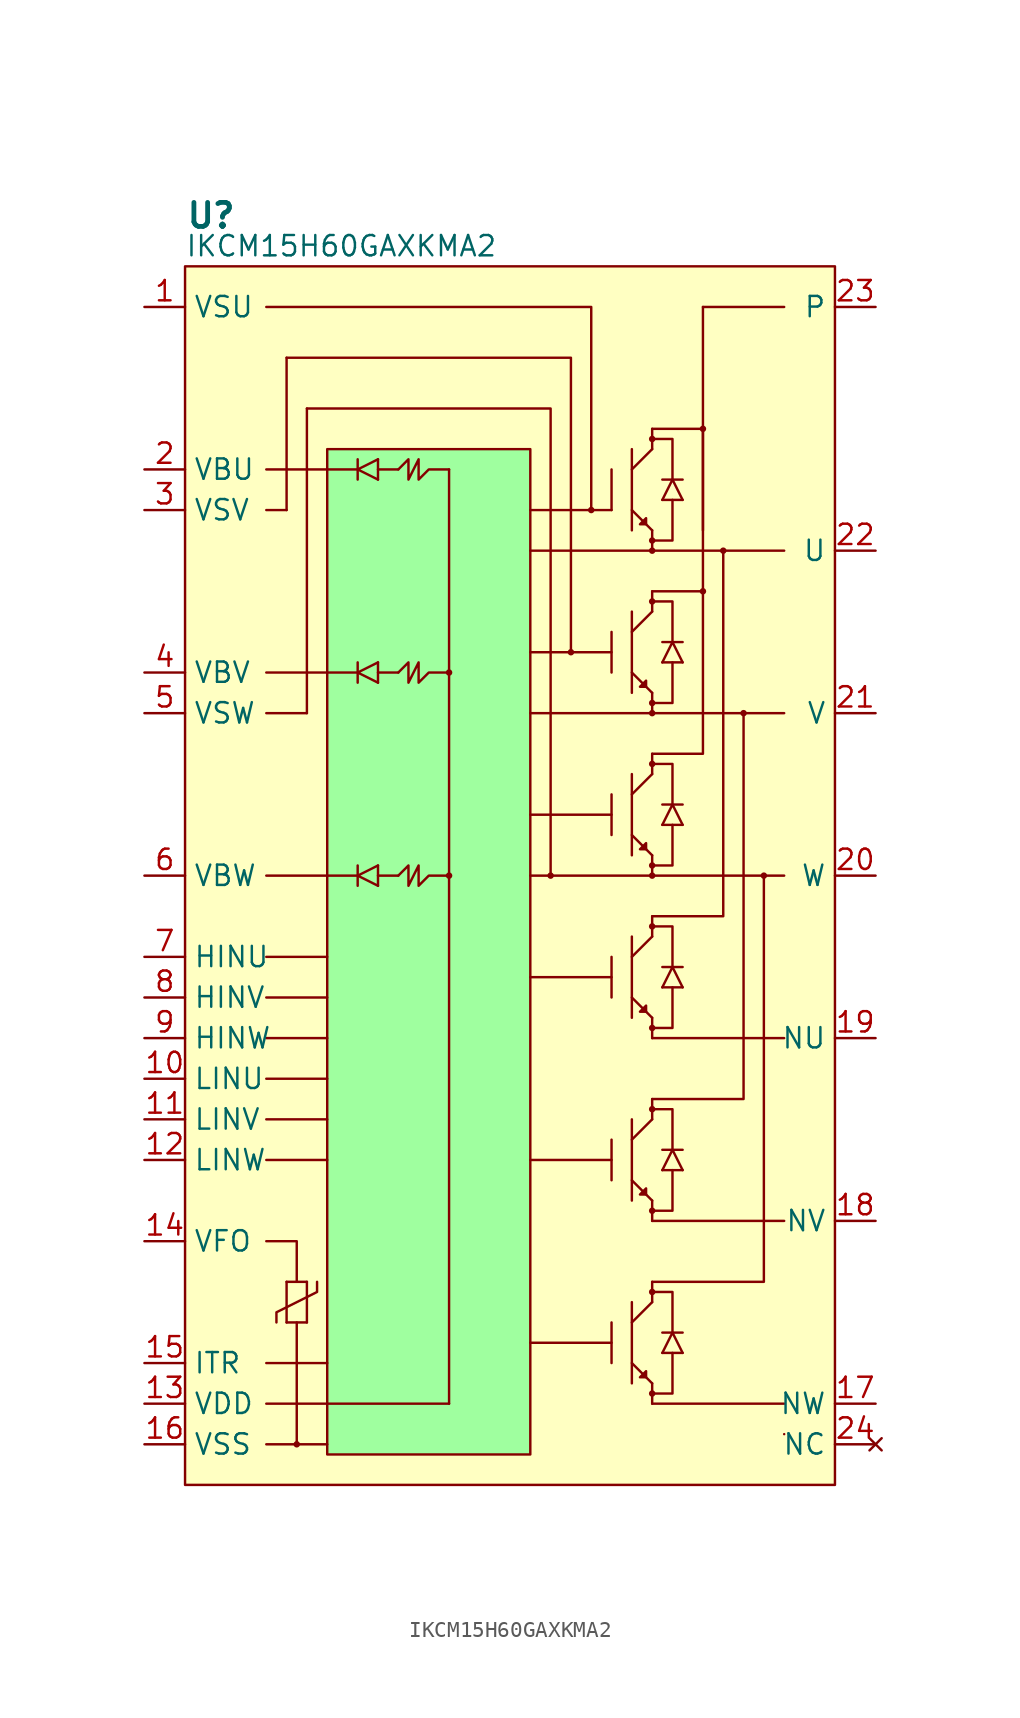
<source format=kicad_sym>
(kicad_symbol_lib
  (version 20231120)
  (generator "kicad_symbol_editor")
  (generator_version "8.0")
  (symbol "IKCM15H60GAXKMA2"
    (property "Reference" "U"
      (at 2.54 -1.905 0)
      (effects (font (size 1.5 1.5) (bold yes)) (justify left)))
    (property "Value" "IKCM15H60GAXKMA2"
      (at 2.54 -3.81 0)
      (effects (font (size 1.27 1.27)) (justify left)))
    (symbol "IKCM15H60GAXKMA2_0_1"
      (polyline (pts (xy 13.335 -43.815) (xy 13.335 -42.545)) (stroke (width 0) (type default)) (fill (type none)))
      (polyline (pts (xy 13.335 -31.115) (xy 13.335 -29.845)) (stroke (width 0) (type default)) (fill (type none)))
      (polyline (pts (xy 13.335 -18.415) (xy 13.335 -17.145)) (stroke (width 0) (type default)) (fill (type none)))
      (polyline (pts (xy 14.605 -43.815) (xy 14.605 -42.545)) (stroke (width 0) (type default)) (fill (type none)))
      (polyline (pts (xy 14.605 -31.115) (xy 14.605 -29.845)) (stroke (width 0) (type default)) (fill (type none)))
      (polyline (pts (xy 14.605 -18.415) (xy 14.605 -17.145)) (stroke (width 0) (type default)) (fill (type none)))
      (polyline (pts (xy 29.21 -71.12) (xy 29.21 -73.66)) (stroke (width 0) (type default)) (fill (type none)))
      (polyline (pts (xy 29.21 -59.69) (xy 29.21 -62.23)) (stroke (width 0) (type default)) (fill (type none)))
      (polyline (pts (xy 29.21 -48.26) (xy 29.21 -50.8)) (stroke (width 0) (type default)) (fill (type none)))
      (polyline (pts (xy 29.21 -38.1) (xy 29.21 -40.64)) (stroke (width 0) (type default)) (fill (type none)))
      (polyline (pts (xy 29.21 -27.94) (xy 29.21 -30.48)) (stroke (width 0) (type default)) (fill (type none)))
      (polyline (pts (xy 29.21 -17.78) (xy 29.21 -20.32)) (stroke (width 0) (type default)) (fill (type none)))
      (polyline (pts (xy 30.48 -73.66) (xy 31.75 -74.93)) (stroke (width 0) (type default)) (fill (type none)))
      (polyline (pts (xy 30.48 -71.12) (xy 31.75 -69.85)) (stroke (width 0) (type default)) (fill (type none)))
      (polyline (pts (xy 30.48 -69.85) (xy 30.48 -74.93)) (stroke (width 0) (type default)) (fill (type none)))
      (polyline (pts (xy 30.48 -62.23) (xy 31.75 -63.5)) (stroke (width 0) (type default)) (fill (type none)))
      (polyline (pts (xy 30.48 -59.69) (xy 31.75 -58.42)) (stroke (width 0) (type default)) (fill (type none)))
      (polyline (pts (xy 30.48 -58.42) (xy 30.48 -63.5)) (stroke (width 0) (type default)) (fill (type none)))
      (polyline (pts (xy 30.48 -50.8) (xy 31.75 -52.07)) (stroke (width 0) (type default)) (fill (type none)))
      (polyline (pts (xy 30.48 -48.26) (xy 31.75 -46.99)) (stroke (width 0) (type default)) (fill (type none)))
      (polyline (pts (xy 30.48 -46.99) (xy 30.48 -52.07)) (stroke (width 0) (type default)) (fill (type none)))
      (polyline (pts (xy 30.48 -40.64) (xy 31.75 -41.91)) (stroke (width 0) (type default)) (fill (type none)))
      (polyline (pts (xy 30.48 -38.1) (xy 31.75 -36.83)) (stroke (width 0) (type default)) (fill (type none)))
      (polyline (pts (xy 30.48 -36.83) (xy 30.48 -41.91)) (stroke (width 0) (type default)) (fill (type none)))
      (polyline (pts (xy 30.48 -30.48) (xy 31.75 -31.75)) (stroke (width 0) (type default)) (fill (type none)))
      (polyline (pts (xy 30.48 -27.94) (xy 31.75 -26.67)) (stroke (width 0) (type default)) (fill (type none)))
      (polyline (pts (xy 30.48 -26.67) (xy 30.48 -31.75)) (stroke (width 0) (type default)) (fill (type none)))
      (polyline (pts (xy 30.48 -20.32) (xy 31.75 -21.59)) (stroke (width 0) (type default)) (fill (type none)))
      (polyline (pts (xy 30.48 -17.78) (xy 31.75 -16.51)) (stroke (width 0) (type default)) (fill (type none)))
      (polyline (pts (xy 30.48 -16.51) (xy 30.48 -21.59)) (stroke (width 0) (type default)) (fill (type none)))
      (polyline (pts (xy 31.75 -74.93) (xy 31.75 -76.2)) (stroke (width 0) (type default)) (fill (type none)))
      (polyline (pts (xy 31.75 -69.85) (xy 31.75 -68.58)) (stroke (width 0) (type default)) (fill (type none)))
      (polyline (pts (xy 31.75 -63.5) (xy 31.75 -64.77)) (stroke (width 0) (type default)) (fill (type none)))
      (polyline (pts (xy 31.75 -58.42) (xy 31.75 -57.15)) (stroke (width 0) (type default)) (fill (type none)))
      (polyline (pts (xy 31.75 -52.07) (xy 31.75 -53.34)) (stroke (width 0) (type default)) (fill (type none)))
      (polyline (pts (xy 31.75 -46.99) (xy 31.75 -45.72)) (stroke (width 0) (type default)) (fill (type none)))
      (polyline (pts (xy 31.75 -41.91) (xy 31.75 -43.18)) (stroke (width 0) (type default)) (fill (type none)))
      (polyline (pts (xy 31.75 -36.83) (xy 31.75 -35.56)) (stroke (width 0) (type default)) (fill (type none)))
      (polyline (pts (xy 31.75 -31.75) (xy 31.75 -33.02)) (stroke (width 0) (type default)) (fill (type none)))
      (polyline (pts (xy 31.75 -26.67) (xy 31.75 -25.4)) (stroke (width 0) (type default)) (fill (type none)))
      (polyline (pts (xy 31.75 -21.59) (xy 31.75 -22.86)) (stroke (width 0) (type default)) (fill (type none)))
      (polyline (pts (xy 31.75 -16.51) (xy 31.75 -15.24)) (stroke (width 0) (type default)) (fill (type none)))
      (polyline (pts (xy 32.385 -73.025) (xy 33.655 -73.025)) (stroke (width 0) (type default)) (fill (type none)))
      (polyline (pts (xy 32.385 -71.755) (xy 33.655 -71.755)) (stroke (width 0) (type default)) (fill (type none)))
      (polyline (pts (xy 32.385 -61.595) (xy 33.655 -61.595)) (stroke (width 0) (type default)) (fill (type none)))
      (polyline (pts (xy 32.385 -60.325) (xy 33.655 -60.325)) (stroke (width 0) (type default)) (fill (type none)))
      (polyline (pts (xy 32.385 -50.165) (xy 33.655 -50.165)) (stroke (width 0) (type default)) (fill (type none)))
      (polyline (pts (xy 32.385 -48.895) (xy 33.655 -48.895)) (stroke (width 0) (type default)) (fill (type none)))
      (polyline (pts (xy 32.385 -40.005) (xy 33.655 -40.005)) (stroke (width 0) (type default)) (fill (type none)))
      (polyline (pts (xy 32.385 -38.735) (xy 33.655 -38.735)) (stroke (width 0) (type default)) (fill (type none)))
      (polyline (pts (xy 32.385 -29.845) (xy 33.655 -29.845)) (stroke (width 0) (type default)) (fill (type none)))
      (polyline (pts (xy 32.385 -28.575) (xy 33.655 -28.575)) (stroke (width 0) (type default)) (fill (type none)))
      (polyline (pts (xy 32.385 -19.685) (xy 33.655 -19.685)) (stroke (width 0) (type default)) (fill (type none)))
      (polyline (pts (xy 32.385 -18.415) (xy 33.655 -18.415)) (stroke (width 0) (type default)) (fill (type none)))
      (polyline (pts (xy 7.62 -66.04) (xy 9.525 -66.04) (xy 9.525 -68.58)) (stroke (width 0) (type default)) (fill (type none)))
      (polyline (pts (xy 14.605 -43.815) (xy 13.335 -43.18) (xy 14.605 -42.545)) (stroke (width 0) (type default)) (fill (type none)))
      (polyline (pts (xy 14.605 -31.115) (xy 13.335 -30.48) (xy 14.605 -29.845)) (stroke (width 0) (type default)) (fill (type none)))
      (polyline (pts (xy 14.605 -18.415) (xy 13.335 -17.78) (xy 14.605 -17.145)) (stroke (width 0) (type default)) (fill (type none)))
      (polyline (pts (xy 31.75 -69.215) (xy 33.02 -69.215) (xy 33.02 -71.755)) (stroke (width 0) (type default)) (fill (type none)))
      (polyline (pts (xy 31.75 -57.785) (xy 33.02 -57.785) (xy 33.02 -60.325)) (stroke (width 0) (type default)) (fill (type none)))
      (polyline (pts (xy 31.75 -46.355) (xy 33.02 -46.355) (xy 33.02 -48.895)) (stroke (width 0) (type default)) (fill (type none)))
      (polyline (pts (xy 31.75 -36.195) (xy 33.02 -36.195) (xy 33.02 -38.735)) (stroke (width 0) (type default)) (fill (type none)))
      (polyline (pts (xy 31.75 -26.035) (xy 33.02 -26.035) (xy 33.02 -28.575)) (stroke (width 0) (type default)) (fill (type none)))
      (polyline (pts (xy 31.75 -15.875) (xy 33.02 -15.875) (xy 33.02 -18.415)) (stroke (width 0) (type default)) (fill (type none)))
      (polyline (pts (xy 32.385 -73.025) (xy 33.02 -71.755) (xy 33.655 -73.025)) (stroke (width 0) (type default)) (fill (type none)))
      (polyline (pts (xy 32.385 -61.595) (xy 33.02 -60.325) (xy 33.655 -61.595)) (stroke (width 0) (type default)) (fill (type none)))
      (polyline (pts (xy 32.385 -50.165) (xy 33.02 -48.895) (xy 33.655 -50.165)) (stroke (width 0) (type default)) (fill (type none)))
      (polyline (pts (xy 32.385 -40.005) (xy 33.02 -38.735) (xy 33.655 -40.005)) (stroke (width 0) (type default)) (fill (type none)))
      (polyline (pts (xy 32.385 -29.845) (xy 33.02 -28.575) (xy 33.655 -29.845)) (stroke (width 0) (type default)) (fill (type none)))
      (polyline (pts (xy 32.385 -19.685) (xy 33.02 -18.415) (xy 33.655 -19.685)) (stroke (width 0) (type default)) (fill (type none)))
      (polyline (pts (xy 33.02 -73.025) (xy 33.02 -75.565) (xy 31.75 -75.565)) (stroke (width 0) (type default)) (fill (type none)))
      (polyline (pts (xy 33.02 -61.595) (xy 33.02 -64.135) (xy 31.75 -64.135)) (stroke (width 0) (type default)) (fill (type none)))
      (polyline (pts (xy 33.02 -50.165) (xy 33.02 -52.705) (xy 31.75 -52.705)) (stroke (width 0) (type default)) (fill (type none)))
      (polyline (pts (xy 33.02 -40.005) (xy 33.02 -42.545) (xy 31.75 -42.545)) (stroke (width 0) (type default)) (fill (type none)))
      (polyline (pts (xy 33.02 -29.845) (xy 33.02 -32.385) (xy 31.75 -32.385)) (stroke (width 0) (type default)) (fill (type none)))
      (polyline (pts (xy 33.02 -19.685) (xy 33.02 -22.225) (xy 31.75 -22.225)) (stroke (width 0) (type default)) (fill (type none))))
    (symbol "IKCM15H60GAXKMA2_1_1"
      (polyline (pts (xy 7.62 -78.74) (xy 11.43 -78.74)) (stroke (width 0) (type default)) (fill (type none)))
      (polyline (pts (xy 7.62 -76.2) (xy 19.05 -76.2)) (stroke (width 0) (type default)) (fill (type none)))
      (polyline (pts (xy 7.62 -73.66) (xy 11.43 -73.66)) (stroke (width 0) (type default)) (fill (type none)))
      (polyline (pts (xy 7.62 -60.96) (xy 11.43 -60.96)) (stroke (width 0) (type default)) (fill (type none)))
      (polyline (pts (xy 7.62 -58.42) (xy 11.43 -58.42)) (stroke (width 0) (type default)) (fill (type none)))
      (polyline (pts (xy 7.62 -55.88) (xy 11.43 -55.88)) (stroke (width 0) (type default)) (fill (type none)))
      (polyline (pts (xy 7.62 -53.34) (xy 11.43 -53.34)) (stroke (width 0) (type default)) (fill (type none)))
      (polyline (pts (xy 7.62 -50.8) (xy 11.43 -50.8)) (stroke (width 0) (type default)) (fill (type none)))
      (polyline (pts (xy 7.62 -48.26) (xy 11.43 -48.26)) (stroke (width 0) (type default)) (fill (type none)))
      (polyline (pts (xy 7.62 -43.18) (xy 13.335 -43.18)) (stroke (width 0) (type default)) (fill (type none)))
      (polyline (pts (xy 7.62 -30.48) (xy 13.335 -30.48)) (stroke (width 0) (type default)) (fill (type none)))
      (polyline (pts (xy 7.62 -17.78) (xy 13.335 -17.78)) (stroke (width 0) (type default)) (fill (type none)))
      (polyline (pts (xy 8.89 -71.12) (xy 10.16 -71.12)) (stroke (width 0) (type default)) (fill (type none)))
      (polyline (pts (xy 8.89 -68.58) (xy 8.89 -71.12)) (stroke (width 0) (type default)) (fill (type none)))
      (polyline (pts (xy 8.89 -68.58) (xy 10.16 -68.58)) (stroke (width 0) (type default)) (fill (type none)))
      (polyline (pts (xy 8.89 -20.32) (xy 7.62 -20.32)) (stroke (width 0) (type default)) (fill (type none)))
      (polyline (pts (xy 8.89 -20.32) (xy 8.89 -10.795)) (stroke (width 0) (type default)) (fill (type none)))
      (polyline (pts (xy 9.525 -78.74) (xy 9.525 -71.12)) (stroke (width 0) (type default)) (fill (type none)))
      (polyline (pts (xy 10.16 -71.12) (xy 10.16 -68.58)) (stroke (width 0) (type default)) (fill (type none)))
      (polyline (pts (xy 10.16 -33.02) (xy 7.62 -33.02)) (stroke (width 0) (type default)) (fill (type none)))
      (polyline (pts (xy 10.16 -13.97) (xy 10.16 -33.02)) (stroke (width 0) (type default)) (fill (type none)))
      (polyline (pts (xy 14.605 -43.18) (xy 15.875 -43.18)) (stroke (width 0) (type default)) (fill (type none)))
      (polyline (pts (xy 14.605 -30.48) (xy 15.875 -30.48)) (stroke (width 0) (type default)) (fill (type none)))
      (polyline (pts (xy 14.605 -17.78) (xy 15.875 -17.78)) (stroke (width 0) (type default)) (fill (type none)))
      (polyline (pts (xy 29.21 -72.39) (xy 24.13 -72.39)) (stroke (width 0) (type default)) (fill (type none)))
      (polyline (pts (xy 29.21 -60.96) (xy 24.13 -60.96)) (stroke (width 0) (type default)) (fill (type none)))
      (polyline (pts (xy 29.21 -49.53) (xy 24.13 -49.53)) (stroke (width 0) (type default)) (fill (type none)))
      (polyline (pts (xy 29.21 -39.37) (xy 24.13 -39.37)) (stroke (width 0) (type default)) (fill (type none)))
      (polyline (pts (xy 29.21 -29.21) (xy 24.13 -29.21)) (stroke (width 0) (type default)) (fill (type none)))
      (polyline (pts (xy 29.21 -20.32) (xy 24.13 -20.32)) (stroke (width 0) (type default)) (fill (type none)))
      (polyline (pts (xy 31.75 -76.2) (xy 40.005 -76.2)) (stroke (width 0) (type default)) (fill (type none)))
      (polyline (pts (xy 31.75 -64.77) (xy 40.005 -64.77)) (stroke (width 0) (type default)) (fill (type none)))
      (polyline (pts (xy 31.75 -53.34) (xy 40.005 -53.34)) (stroke (width 0) (type default)) (fill (type none)))
      (polyline (pts (xy 34.925 -7.62) (xy 34.925 -21.59)) (stroke (width 0) (type default)) (fill (type none)))
      (polyline (pts (xy 40.005 -43.18) (xy 24.13 -43.18)) (stroke (width 0) (type default)) (fill (type none)))
      (polyline (pts (xy 40.005 -33.02) (xy 24.13 -33.02)) (stroke (width 0) (type default)) (fill (type none)))
      (polyline (pts (xy 40.005 -22.86) (xy 24.13 -22.86)) (stroke (width 0) (type default)) (fill (type none)))
      (polyline (pts (xy 40.005 -7.62) (xy 34.925 -7.62)) (stroke (width 0) (type default)) (fill (type none)))
      (polyline (pts (xy 19.05 -17.78) (xy 19.05 -48.26) (xy 19.05 -76.2)) (stroke (width 0) (type default)) (fill (type none)))
      (polyline (pts (xy 25.4 -43.18) (xy 25.4 -13.97) (xy 10.16 -13.97)) (stroke (width 0) (type default)) (fill (type none)))
      (polyline (pts (xy 26.67 -29.21) (xy 26.67 -10.795) (xy 8.89 -10.795)) (stroke (width 0) (type default)) (fill (type none)))
      (polyline (pts (xy 27.94 -20.32) (xy 27.94 -7.62) (xy 7.62 -7.62)) (stroke (width 0) (type default)) (fill (type none)))
      (polyline (pts (xy 31.75 -68.58) (xy 38.735 -68.58) (xy 38.735 -43.18)) (stroke (width 0) (type default)) (fill (type none)))
      (polyline (pts (xy 31.75 -57.15) (xy 37.465 -57.15) (xy 37.465 -33.02)) (stroke (width 0) (type default)) (fill (type none)))
      (polyline (pts (xy 31.75 -45.72) (xy 36.195 -45.72) (xy 36.195 -22.86)) (stroke (width 0) (type default)) (fill (type none)))
      (polyline (pts (xy 31.75 -35.56) (xy 34.925 -35.56) (xy 34.925 -25.4)) (stroke (width 0) (type default)) (fill (type none)))
      (polyline (pts (xy 8.255 -71.12) (xy 8.255 -70.485) (xy 10.795 -69.215) (xy 10.795 -68.58)) (stroke (width 0) (type default)) (fill (type none)))
      (polyline (pts (xy 30.988 -74.549) (xy 31.369 -74.549) (xy 31.369 -74.168) (xy 30.988 -74.549)) (stroke (width 0) (type default)) (fill (type outline)))
      (polyline (pts (xy 30.988 -63.119) (xy 31.369 -63.119) (xy 31.369 -62.738) (xy 30.988 -63.119)) (stroke (width 0) (type default)) (fill (type outline)))
      (polyline (pts (xy 30.988 -51.689) (xy 31.369 -51.689) (xy 31.369 -51.308) (xy 30.988 -51.689)) (stroke (width 0) (type default)) (fill (type outline)))
      (polyline (pts (xy 30.988 -41.529) (xy 31.369 -41.529) (xy 31.369 -41.148) (xy 30.988 -41.529)) (stroke (width 0) (type default)) (fill (type outline)))
      (polyline (pts (xy 30.988 -31.369) (xy 31.369 -31.369) (xy 31.369 -30.988) (xy 30.988 -31.369)) (stroke (width 0) (type default)) (fill (type outline)))
      (polyline (pts (xy 30.988 -21.209) (xy 31.369 -21.209) (xy 31.369 -20.828) (xy 30.988 -21.209)) (stroke (width 0) (type default)) (fill (type outline)))
      (polyline (pts (xy 31.75 -25.4) (xy 34.925 -25.4) (xy 34.925 -15.24) (xy 31.75 -15.24)) (stroke (width 0) (type default)) (fill (type none)))
      (polyline (pts (xy 15.875 -43.18) (xy 16.51 -42.545) (xy 16.51 -43.815) (xy 17.145 -42.545) (xy 17.145 -43.815) (xy 17.78 -43.18) (xy 19.05 -43.18)) (stroke (width 0) (type default)) (fill (type none)))
      (polyline (pts (xy 15.875 -30.48) (xy 16.51 -29.845) (xy 16.51 -31.115) (xy 17.145 -29.845) (xy 17.145 -31.115) (xy 17.78 -30.48) (xy 19.05 -30.48)) (stroke (width 0) (type default)) (fill (type none)))
      (polyline (pts (xy 15.875 -17.78) (xy 16.51 -17.145) (xy 16.51 -18.415) (xy 17.145 -17.145) (xy 17.145 -18.415) (xy 17.78 -17.78) (xy 19.05 -17.78)) (stroke (width 0) (type default)) (fill (type none)))
      (rectangle (start 2.54 -5.08) (end 43.18 -81.28) (stroke (width 0) (type default)) (fill (type background)))
      (circle (center 9.525 -78.74) (radius 0.127) (stroke (width 0) (type default)) (fill (type outline)))
      (rectangle (start 11.43 -16.51) (end 24.13 -79.375) (stroke (width 0) (type solid)) (fill (type color) (color 159 255 159 1)))
      (circle (center 19.05 -43.18) (radius 0.127) (stroke (width 0) (type default)) (fill (type outline)))
      (circle (center 19.05 -30.48) (radius 0.127) (stroke (width 0) (type default)) (fill (type outline)))
      (circle (center 25.4 -43.18) (radius 0.127) (stroke (width 0) (type default)) (fill (type outline)))
      (circle (center 26.67 -29.21) (radius 0.127) (stroke (width 0) (type default)) (fill (type outline)))
      (circle (center 27.94 -20.32) (radius 0.127) (stroke (width 0) (type default)) (fill (type outline)))
      (circle (center 31.75 -75.565) (radius 0.127) (stroke (width 0) (type default)) (fill (type outline)))
      (circle (center 31.75 -69.215) (radius 0.127) (stroke (width 0) (type default)) (fill (type outline)))
      (circle (center 31.75 -64.135) (radius 0.127) (stroke (width 0) (type default)) (fill (type outline)))
      (circle (center 31.75 -57.785) (radius 0.127) (stroke (width 0) (type default)) (fill (type outline)))
      (circle (center 31.75 -52.705) (radius 0.127) (stroke (width 0) (type default)) (fill (type outline)))
      (circle (center 31.75 -46.355) (radius 0.127) (stroke (width 0) (type default)) (fill (type outline)))
      (circle (center 31.75 -43.18) (radius 0.127) (stroke (width 0) (type default)) (fill (type outline)))
      (circle (center 31.75 -42.545) (radius 0.127) (stroke (width 0) (type default)) (fill (type outline)))
      (circle (center 31.75 -36.195) (radius 0.127) (stroke (width 0) (type default)) (fill (type outline)))
      (circle (center 31.75 -33.02) (radius 0.127) (stroke (width 0) (type default)) (fill (type outline)))
      (circle (center 31.75 -32.385) (radius 0.127) (stroke (width 0) (type default)) (fill (type outline)))
      (circle (center 31.75 -26.035) (radius 0.127) (stroke (width 0) (type default)) (fill (type outline)))
      (circle (center 31.75 -22.86) (radius 0.127) (stroke (width 0) (type default)) (fill (type outline)))
      (circle (center 31.75 -22.225) (radius 0.127) (stroke (width 0) (type default)) (fill (type outline)))
      (circle (center 31.75 -15.875) (radius 0.127) (stroke (width 0) (type default)) (fill (type outline)))
      (circle (center 34.925 -25.4) (radius 0.127) (stroke (width 0) (type default)) (fill (type outline)))
      (circle (center 34.925 -15.24) (radius 0.127) (stroke (width 0) (type default)) (fill (type outline)))
      (circle (center 36.195 -22.86) (radius 0.127) (stroke (width 0) (type default)) (fill (type outline)))
      (circle (center 37.465 -33.02) (radius 0.127) (stroke (width 0) (type default)) (fill (type outline)))
      (circle (center 38.735 -43.18) (radius 0.127) (stroke (width 0) (type default)) (fill (type outline)))
      (rectangle (start 40.005 -78.105) (end 40.005 -78.105) (stroke (width 0) (type default)) (fill (type none)))
      (pin input line (at 0 -7.62 0) (length 2.54) (name "VSU" (effects (font (size 1.27 1.27)))) (number "1" (effects (font (size 1.27 1.27)))))
      (pin input line (at 0 -55.88 0) (length 2.54) (name "LINU" (effects (font (size 1.27 1.27)))) (number "10" (effects (font (size 1.27 1.27)))))
      (pin input line (at 0 -58.42 0) (length 2.54) (name "LINV" (effects (font (size 1.27 1.27)))) (number "11" (effects (font (size 1.27 1.27)))))
      (pin input line (at 0 -60.96 0) (length 2.54) (name "LINW" (effects (font (size 1.27 1.27)))) (number "12" (effects (font (size 1.27 1.27)))))
      (pin power_in line (at 0 -76.2 0) (length 2.54) (name "VDD" (effects (font (size 1.27 1.27)))) (number "13" (effects (font (size 1.27 1.27)))))
      (pin output line (at 0 -66.04 0) (length 2.54) (name "VFO" (effects (font (size 1.27 1.27)))) (number "14" (effects (font (size 1.27 1.27)))))
      (pin output line (at 0 -73.66 0) (length 2.54) (name "ITR" (effects (font (size 1.27 1.27)))) (number "15" (effects (font (size 1.27 1.27)))))
      (pin power_in line (at 0 -78.74 0) (length 2.54) (name "VSS" (effects (font (size 1.27 1.27)))) (number "16" (effects (font (size 1.27 1.27)))))
      (pin power_in line (at 45.72 -76.2 180) (length 2.54) (name "NW" (effects (font (size 1.27 1.27)))) (number "17" (effects (font (size 1.27 1.27)))))
      (pin power_in line (at 45.72 -64.77 180) (length 2.54) (name "NV" (effects (font (size 1.27 1.27)))) (number "18" (effects (font (size 1.27 1.27)))))
      (pin power_in line (at 45.72 -53.34 180) (length 2.54) (name "NU" (effects (font (size 1.27 1.27)))) (number "19" (effects (font (size 1.27 1.27)))))
      (pin input line (at 0 -17.78 0) (length 2.54) (name "VBU" (effects (font (size 1.27 1.27)))) (number "2" (effects (font (size 1.27 1.27)))))
      (pin power_out line (at 45.72 -43.18 180) (length 2.54) (name "W" (effects (font (size 1.27 1.27)))) (number "20" (effects (font (size 1.27 1.27)))))
      (pin power_out line (at 45.72 -33.02 180) (length 2.54) (name "V" (effects (font (size 1.27 1.27)))) (number "21" (effects (font (size 1.27 1.27)))))
      (pin power_out line (at 45.72 -22.86 180) (length 2.54) (name "U" (effects (font (size 1.27 1.27)))) (number "22" (effects (font (size 1.27 1.27)))))
      (pin power_in line (at 45.72 -7.62 180) (length 2.54) (name "P" (effects (font (size 1.27 1.27)))) (number "23" (effects (font (size 1.27 1.27)))))
      (pin no_connect line (at 45.72 -78.74 180) (length 2.54) (name "NC" (effects (font (size 1.27 1.27)))) (number "24" (effects (font (size 1.27 1.27)))))
      (pin input line (at 0 -20.32 0) (length 2.54) (name "VSV" (effects (font (size 1.27 1.27)))) (number "3" (effects (font (size 1.27 1.27)))))
      (pin input line (at 0 -30.48 0) (length 2.54) (name "VBV" (effects (font (size 1.27 1.27)))) (number "4" (effects (font (size 1.27 1.27)))))
      (pin input line (at 0 -33.02 0) (length 2.54) (name "VSW" (effects (font (size 1.27 1.27)))) (number "5" (effects (font (size 1.27 1.27)))))
      (pin input line (at 0 -43.18 0) (length 2.54) (name "VBW" (effects (font (size 1.27 1.27)))) (number "6" (effects (font (size 1.27 1.27)))))
      (pin input line (at 0 -48.26 0) (length 2.54) (name "HINU" (effects (font (size 1.27 1.27)))) (number "7" (effects (font (size 1.27 1.27)))))
      (pin input line (at 0 -50.8 0) (length 2.54) (name "HINV" (effects (font (size 1.27 1.27)))) (number "8" (effects (font (size 1.27 1.27)))))
      (pin input line (at 0 -53.34 0) (length 2.54) (name "HINW" (effects (font (size 1.27 1.27)))) (number "9" (effects (font (size 1.27 1.27))))))))
</source>
